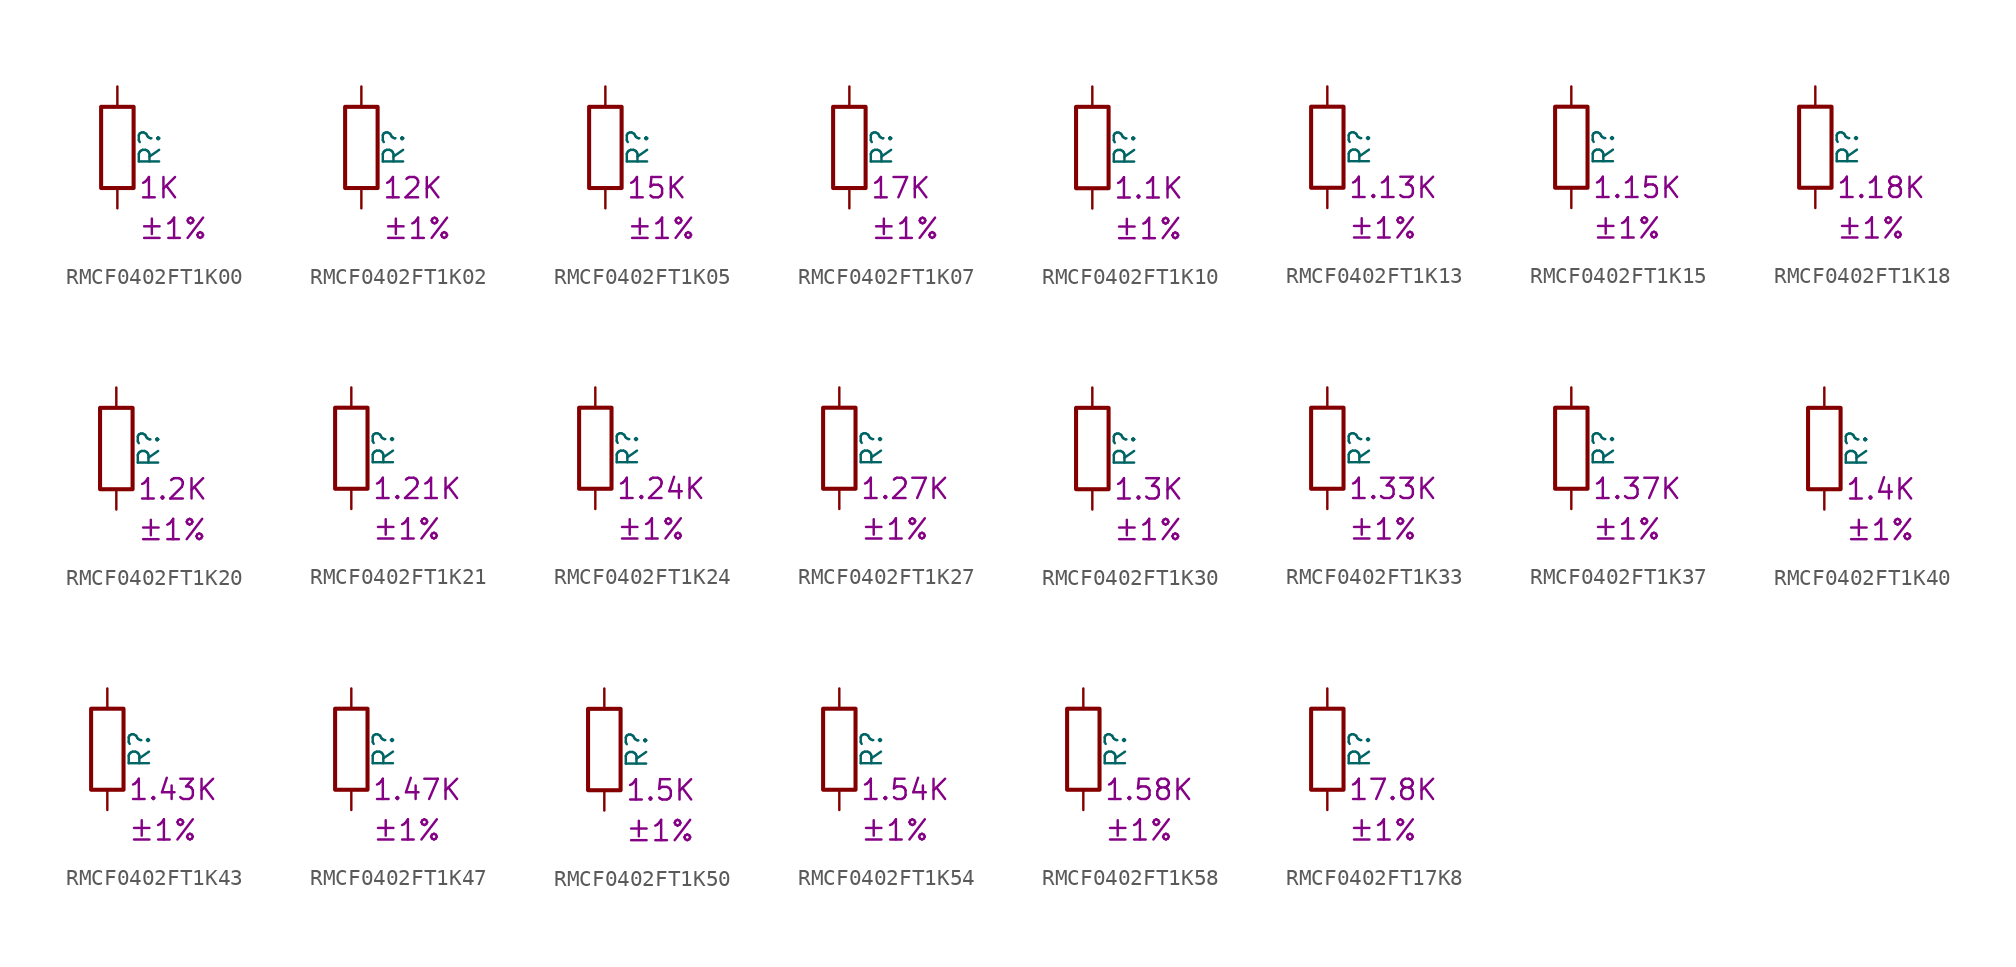
<source format=kicad_sym>
(kicad_symbol_lib
  (version 20220914)
  (generator kicad_symbol_editor)
  (symbol "RMCF0402FT1K00"
    (pin_numbers hide)
    (pin_names
      (offset 0))
    (property "Reference" "R"
      (at 2.032 0 90)
      (effects (font (size 1.27 1.27))))
    (property "Resistance" "1K"
      (at 1.27 -2.54 0)
      (effects (font (size 1.27 1.27)) (justify left)))
    (property "Tolerance" "±1%"
      (at 1.27 -5.08 0)
      (effects (font (size 1.27 1.27)) (justify left)))
    (symbol "RMCF0402FT1K00_0_1"
      (rectangle (start -1.016 -2.54) (end 1.016 2.54) (stroke (width 0.254) (type default)) (fill (type none))))
    (symbol "RMCF0402FT1K00_1_1"
      (pin passive line (at 0 3.81 270) (length 1.27) (name "~" (effects (font (size 1.27 1.27)))) (number "1" (effects (font (size 1.27 1.27)))))
      (pin passive line (at 0 -3.81 90) (length 1.27) (name "~" (effects (font (size 1.27 1.27)))) (number "2" (effects (font (size 1.27 1.27)))))))
  (symbol "RMCF0402FT1K02"
    (pin_numbers hide)
    (pin_names
      (offset 0))
    (property "Reference" "R"
      (at 2.032 0 90)
      (effects (font (size 1.27 1.27))))
    (property "Resistance" "12K"
      (at 1.27 -2.54 0)
      (effects (font (size 1.27 1.27)) (justify left)))
    (property "Tolerance" "±1%"
      (at 1.27 -5.08 0)
      (effects (font (size 1.27 1.27)) (justify left)))
    (symbol "RMCF0402FT1K02_0_1"
      (rectangle (start -1.016 -2.54) (end 1.016 2.54) (stroke (width 0.254) (type default)) (fill (type none))))
    (symbol "RMCF0402FT1K02_1_1"
      (pin passive line (at 0 3.81 270) (length 1.27) (name "~" (effects (font (size 1.27 1.27)))) (number "1" (effects (font (size 1.27 1.27)))))
      (pin passive line (at 0 -3.81 90) (length 1.27) (name "~" (effects (font (size 1.27 1.27)))) (number "2" (effects (font (size 1.27 1.27)))))))
  (symbol "RMCF0402FT1K05"
    (pin_numbers hide)
    (pin_names
      (offset 0))
    (property "Reference" "R"
      (at 2.032 0 90)
      (effects (font (size 1.27 1.27))))
    (property "Resistance" "15K"
      (at 1.27 -2.54 0)
      (effects (font (size 1.27 1.27)) (justify left)))
    (property "Tolerance" "±1%"
      (at 1.27 -5.08 0)
      (effects (font (size 1.27 1.27)) (justify left)))
    (symbol "RMCF0402FT1K05_0_1"
      (rectangle (start -1.016 -2.54) (end 1.016 2.54) (stroke (width 0.254) (type default)) (fill (type none))))
    (symbol "RMCF0402FT1K05_1_1"
      (pin passive line (at 0 3.81 270) (length 1.27) (name "~" (effects (font (size 1.27 1.27)))) (number "1" (effects (font (size 1.27 1.27)))))
      (pin passive line (at 0 -3.81 90) (length 1.27) (name "~" (effects (font (size 1.27 1.27)))) (number "2" (effects (font (size 1.27 1.27)))))))
  (symbol "RMCF0402FT1K07"
    (pin_numbers hide)
    (pin_names
      (offset 0))
    (property "Reference" "R"
      (at 2.032 0 90)
      (effects (font (size 1.27 1.27))))
    (property "Resistance" "17K"
      (at 1.27 -2.54 0)
      (effects (font (size 1.27 1.27)) (justify left)))
    (property "Tolerance" "±1%"
      (at 1.27 -5.08 0)
      (effects (font (size 1.27 1.27)) (justify left)))
    (symbol "RMCF0402FT1K07_0_1"
      (rectangle (start -1.016 -2.54) (end 1.016 2.54) (stroke (width 0.254) (type default)) (fill (type none))))
    (symbol "RMCF0402FT1K07_1_1"
      (pin passive line (at 0 3.81 270) (length 1.27) (name "~" (effects (font (size 1.27 1.27)))) (number "1" (effects (font (size 1.27 1.27)))))
      (pin passive line (at 0 -3.81 90) (length 1.27) (name "~" (effects (font (size 1.27 1.27)))) (number "2" (effects (font (size 1.27 1.27)))))))
  (symbol "RMCF0402FT1K10"
    (pin_numbers hide)
    (pin_names
      (offset 0))
    (property "Reference" "R"
      (at 2.032 0 90)
      (effects (font (size 1.27 1.27))))
    (property "Resistance" "1.1K"
      (at 1.27 -2.54 0)
      (effects (font (size 1.27 1.27)) (justify left)))
    (property "Tolerance" "±1%"
      (at 1.27 -5.08 0)
      (effects (font (size 1.27 1.27)) (justify left)))
    (symbol "RMCF0402FT1K10_0_1"
      (rectangle (start -1.016 -2.54) (end 1.016 2.54) (stroke (width 0.254) (type default)) (fill (type none))))
    (symbol "RMCF0402FT1K10_1_1"
      (pin passive line (at 0 3.81 270) (length 1.27) (name "~" (effects (font (size 1.27 1.27)))) (number "1" (effects (font (size 1.27 1.27)))))
      (pin passive line (at 0 -3.81 90) (length 1.27) (name "~" (effects (font (size 1.27 1.27)))) (number "2" (effects (font (size 1.27 1.27)))))))
  (symbol "RMCF0402FT1K13"
    (pin_numbers hide)
    (pin_names
      (offset 0))
    (property "Reference" "R"
      (at 2.032 0 90)
      (effects (font (size 1.27 1.27))))
    (property "Resistance" "1.13K"
      (at 1.27 -2.54 0)
      (effects (font (size 1.27 1.27)) (justify left)))
    (property "Tolerance" "±1%"
      (at 1.27 -5.08 0)
      (effects (font (size 1.27 1.27)) (justify left)))
    (symbol "RMCF0402FT1K13_0_1"
      (rectangle (start -1.016 -2.54) (end 1.016 2.54) (stroke (width 0.254) (type default)) (fill (type none))))
    (symbol "RMCF0402FT1K13_1_1"
      (pin passive line (at 0 3.81 270) (length 1.27) (name "~" (effects (font (size 1.27 1.27)))) (number "1" (effects (font (size 1.27 1.27)))))
      (pin passive line (at 0 -3.81 90) (length 1.27) (name "~" (effects (font (size 1.27 1.27)))) (number "2" (effects (font (size 1.27 1.27)))))))
  (symbol "RMCF0402FT1K15"
    (pin_numbers hide)
    (pin_names
      (offset 0))
    (property "Reference" "R"
      (at 2.032 0 90)
      (effects (font (size 1.27 1.27))))
    (property "Resistance" "1.15K"
      (at 1.27 -2.54 0)
      (effects (font (size 1.27 1.27)) (justify left)))
    (property "Tolerance" "±1%"
      (at 1.27 -5.08 0)
      (effects (font (size 1.27 1.27)) (justify left)))
    (symbol "RMCF0402FT1K15_0_1"
      (rectangle (start -1.016 -2.54) (end 1.016 2.54) (stroke (width 0.254) (type default)) (fill (type none))))
    (symbol "RMCF0402FT1K15_1_1"
      (pin passive line (at 0 3.81 270) (length 1.27) (name "~" (effects (font (size 1.27 1.27)))) (number "1" (effects (font (size 1.27 1.27)))))
      (pin passive line (at 0 -3.81 90) (length 1.27) (name "~" (effects (font (size 1.27 1.27)))) (number "2" (effects (font (size 1.27 1.27)))))))
  (symbol "RMCF0402FT1K18"
    (pin_numbers hide)
    (pin_names
      (offset 0))
    (property "Reference" "R"
      (at 2.032 0 90)
      (effects (font (size 1.27 1.27))))
    (property "Resistance" "1.18K"
      (at 1.27 -2.54 0)
      (effects (font (size 1.27 1.27)) (justify left)))
    (property "Tolerance" "±1%"
      (at 1.27 -5.08 0)
      (effects (font (size 1.27 1.27)) (justify left)))
    (symbol "RMCF0402FT1K18_0_1"
      (rectangle (start -1.016 -2.54) (end 1.016 2.54) (stroke (width 0.254) (type default)) (fill (type none))))
    (symbol "RMCF0402FT1K18_1_1"
      (pin passive line (at 0 3.81 270) (length 1.27) (name "~" (effects (font (size 1.27 1.27)))) (number "1" (effects (font (size 1.27 1.27)))))
      (pin passive line (at 0 -3.81 90) (length 1.27) (name "~" (effects (font (size 1.27 1.27)))) (number "2" (effects (font (size 1.27 1.27)))))))
  (symbol "RMCF0402FT1K20"
    (pin_numbers hide)
    (pin_names
      (offset 0))
    (property "Reference" "R"
      (at 2.032 0 90)
      (effects (font (size 1.27 1.27))))
    (property "Resistance" "1.2K"
      (at 1.27 -2.54 0)
      (effects (font (size 1.27 1.27)) (justify left)))
    (property "Tolerance" "±1%"
      (at 1.27 -5.08 0)
      (effects (font (size 1.27 1.27)) (justify left)))
    (symbol "RMCF0402FT1K20_0_1"
      (rectangle (start -1.016 -2.54) (end 1.016 2.54) (stroke (width 0.254) (type default)) (fill (type none))))
    (symbol "RMCF0402FT1K20_1_1"
      (pin passive line (at 0 3.81 270) (length 1.27) (name "~" (effects (font (size 1.27 1.27)))) (number "1" (effects (font (size 1.27 1.27)))))
      (pin passive line (at 0 -3.81 90) (length 1.27) (name "~" (effects (font (size 1.27 1.27)))) (number "2" (effects (font (size 1.27 1.27)))))))
  (symbol "RMCF0402FT1K21"
    (pin_numbers hide)
    (pin_names
      (offset 0))
    (property "Reference" "R"
      (at 2.032 0 90)
      (effects (font (size 1.27 1.27))))
    (property "Resistance" "1.21K"
      (at 1.27 -2.54 0)
      (effects (font (size 1.27 1.27)) (justify left)))
    (property "Tolerance" "±1%"
      (at 1.27 -5.08 0)
      (effects (font (size 1.27 1.27)) (justify left)))
    (symbol "RMCF0402FT1K21_0_1"
      (rectangle (start -1.016 -2.54) (end 1.016 2.54) (stroke (width 0.254) (type default)) (fill (type none))))
    (symbol "RMCF0402FT1K21_1_1"
      (pin passive line (at 0 3.81 270) (length 1.27) (name "~" (effects (font (size 1.27 1.27)))) (number "1" (effects (font (size 1.27 1.27)))))
      (pin passive line (at 0 -3.81 90) (length 1.27) (name "~" (effects (font (size 1.27 1.27)))) (number "2" (effects (font (size 1.27 1.27)))))))
  (symbol "RMCF0402FT1K24"
    (pin_numbers hide)
    (pin_names
      (offset 0))
    (property "Reference" "R"
      (at 2.032 0 90)
      (effects (font (size 1.27 1.27))))
    (property "Resistance" "1.24K"
      (at 1.27 -2.54 0)
      (effects (font (size 1.27 1.27)) (justify left)))
    (property "Tolerance" "±1%"
      (at 1.27 -5.08 0)
      (effects (font (size 1.27 1.27)) (justify left)))
    (symbol "RMCF0402FT1K24_0_1"
      (rectangle (start -1.016 -2.54) (end 1.016 2.54) (stroke (width 0.254) (type default)) (fill (type none))))
    (symbol "RMCF0402FT1K24_1_1"
      (pin passive line (at 0 3.81 270) (length 1.27) (name "~" (effects (font (size 1.27 1.27)))) (number "1" (effects (font (size 1.27 1.27)))))
      (pin passive line (at 0 -3.81 90) (length 1.27) (name "~" (effects (font (size 1.27 1.27)))) (number "2" (effects (font (size 1.27 1.27)))))))
  (symbol "RMCF0402FT1K27"
    (pin_numbers hide)
    (pin_names
      (offset 0))
    (property "Reference" "R"
      (at 2.032 0 90)
      (effects (font (size 1.27 1.27))))
    (property "Resistance" "1.27K"
      (at 1.27 -2.54 0)
      (effects (font (size 1.27 1.27)) (justify left)))
    (property "Tolerance" "±1%"
      (at 1.27 -5.08 0)
      (effects (font (size 1.27 1.27)) (justify left)))
    (symbol "RMCF0402FT1K27_0_1"
      (rectangle (start -1.016 -2.54) (end 1.016 2.54) (stroke (width 0.254) (type default)) (fill (type none))))
    (symbol "RMCF0402FT1K27_1_1"
      (pin passive line (at 0 3.81 270) (length 1.27) (name "~" (effects (font (size 1.27 1.27)))) (number "1" (effects (font (size 1.27 1.27)))))
      (pin passive line (at 0 -3.81 90) (length 1.27) (name "~" (effects (font (size 1.27 1.27)))) (number "2" (effects (font (size 1.27 1.27)))))))
  (symbol "RMCF0402FT1K30"
    (pin_numbers hide)
    (pin_names
      (offset 0))
    (property "Reference" "R"
      (at 2.032 0 90)
      (effects (font (size 1.27 1.27))))
    (property "Resistance" "1.3K"
      (at 1.27 -2.54 0)
      (effects (font (size 1.27 1.27)) (justify left)))
    (property "Tolerance" "±1%"
      (at 1.27 -5.08 0)
      (effects (font (size 1.27 1.27)) (justify left)))
    (symbol "RMCF0402FT1K30_0_1"
      (rectangle (start -1.016 -2.54) (end 1.016 2.54) (stroke (width 0.254) (type default)) (fill (type none))))
    (symbol "RMCF0402FT1K30_1_1"
      (pin passive line (at 0 3.81 270) (length 1.27) (name "~" (effects (font (size 1.27 1.27)))) (number "1" (effects (font (size 1.27 1.27)))))
      (pin passive line (at 0 -3.81 90) (length 1.27) (name "~" (effects (font (size 1.27 1.27)))) (number "2" (effects (font (size 1.27 1.27)))))))
  (symbol "RMCF0402FT1K33"
    (pin_numbers hide)
    (pin_names
      (offset 0))
    (property "Reference" "R"
      (at 2.032 0 90)
      (effects (font (size 1.27 1.27))))
    (property "Resistance" "1.33K"
      (at 1.27 -2.54 0)
      (effects (font (size 1.27 1.27)) (justify left)))
    (property "Tolerance" "±1%"
      (at 1.27 -5.08 0)
      (effects (font (size 1.27 1.27)) (justify left)))
    (symbol "RMCF0402FT1K33_0_1"
      (rectangle (start -1.016 -2.54) (end 1.016 2.54) (stroke (width 0.254) (type default)) (fill (type none))))
    (symbol "RMCF0402FT1K33_1_1"
      (pin passive line (at 0 3.81 270) (length 1.27) (name "~" (effects (font (size 1.27 1.27)))) (number "1" (effects (font (size 1.27 1.27)))))
      (pin passive line (at 0 -3.81 90) (length 1.27) (name "~" (effects (font (size 1.27 1.27)))) (number "2" (effects (font (size 1.27 1.27)))))))
  (symbol "RMCF0402FT1K37"
    (pin_numbers hide)
    (pin_names
      (offset 0))
    (property "Reference" "R"
      (at 2.032 0 90)
      (effects (font (size 1.27 1.27))))
    (property "Resistance" "1.37K"
      (at 1.27 -2.54 0)
      (effects (font (size 1.27 1.27)) (justify left)))
    (property "Tolerance" "±1%"
      (at 1.27 -5.08 0)
      (effects (font (size 1.27 1.27)) (justify left)))
    (symbol "RMCF0402FT1K37_0_1"
      (rectangle (start -1.016 -2.54) (end 1.016 2.54) (stroke (width 0.254) (type default)) (fill (type none))))
    (symbol "RMCF0402FT1K37_1_1"
      (pin passive line (at 0 3.81 270) (length 1.27) (name "~" (effects (font (size 1.27 1.27)))) (number "1" (effects (font (size 1.27 1.27)))))
      (pin passive line (at 0 -3.81 90) (length 1.27) (name "~" (effects (font (size 1.27 1.27)))) (number "2" (effects (font (size 1.27 1.27)))))))
  (symbol "RMCF0402FT1K40"
    (pin_numbers hide)
    (pin_names
      (offset 0))
    (property "Reference" "R"
      (at 2.032 0 90)
      (effects (font (size 1.27 1.27))))
    (property "Resistance" "1.4K"
      (at 1.27 -2.54 0)
      (effects (font (size 1.27 1.27)) (justify left)))
    (property "Tolerance" "±1%"
      (at 1.27 -5.08 0)
      (effects (font (size 1.27 1.27)) (justify left)))
    (symbol "RMCF0402FT1K40_0_1"
      (rectangle (start -1.016 -2.54) (end 1.016 2.54) (stroke (width 0.254) (type default)) (fill (type none))))
    (symbol "RMCF0402FT1K40_1_1"
      (pin passive line (at 0 3.81 270) (length 1.27) (name "~" (effects (font (size 1.27 1.27)))) (number "1" (effects (font (size 1.27 1.27)))))
      (pin passive line (at 0 -3.81 90) (length 1.27) (name "~" (effects (font (size 1.27 1.27)))) (number "2" (effects (font (size 1.27 1.27)))))))
  (symbol "RMCF0402FT1K43"
    (pin_numbers hide)
    (pin_names
      (offset 0))
    (property "Reference" "R"
      (at 2.032 0 90)
      (effects (font (size 1.27 1.27))))
    (property "Resistance" "1.43K"
      (at 1.27 -2.54 0)
      (effects (font (size 1.27 1.27)) (justify left)))
    (property "Tolerance" "±1%"
      (at 1.27 -5.08 0)
      (effects (font (size 1.27 1.27)) (justify left)))
    (symbol "RMCF0402FT1K43_0_1"
      (rectangle (start -1.016 -2.54) (end 1.016 2.54) (stroke (width 0.254) (type default)) (fill (type none))))
    (symbol "RMCF0402FT1K43_1_1"
      (pin passive line (at 0 3.81 270) (length 1.27) (name "~" (effects (font (size 1.27 1.27)))) (number "1" (effects (font (size 1.27 1.27)))))
      (pin passive line (at 0 -3.81 90) (length 1.27) (name "~" (effects (font (size 1.27 1.27)))) (number "2" (effects (font (size 1.27 1.27)))))))
  (symbol "RMCF0402FT1K47"
    (pin_numbers hide)
    (pin_names
      (offset 0))
    (property "Reference" "R"
      (at 2.032 0 90)
      (effects (font (size 1.27 1.27))))
    (property "Resistance" "1.47K"
      (at 1.27 -2.54 0)
      (effects (font (size 1.27 1.27)) (justify left)))
    (property "Tolerance" "±1%"
      (at 1.27 -5.08 0)
      (effects (font (size 1.27 1.27)) (justify left)))
    (symbol "RMCF0402FT1K47_0_1"
      (rectangle (start -1.016 -2.54) (end 1.016 2.54) (stroke (width 0.254) (type default)) (fill (type none))))
    (symbol "RMCF0402FT1K47_1_1"
      (pin passive line (at 0 3.81 270) (length 1.27) (name "~" (effects (font (size 1.27 1.27)))) (number "1" (effects (font (size 1.27 1.27)))))
      (pin passive line (at 0 -3.81 90) (length 1.27) (name "~" (effects (font (size 1.27 1.27)))) (number "2" (effects (font (size 1.27 1.27)))))))
  (symbol "RMCF0402FT1K50"
    (pin_numbers hide)
    (pin_names
      (offset 0))
    (property "Reference" "R"
      (at 2.032 0 90)
      (effects (font (size 1.27 1.27))))
    (property "Resistance" "1.5K"
      (at 1.27 -2.54 0)
      (effects (font (size 1.27 1.27)) (justify left)))
    (property "Tolerance" "±1%"
      (at 1.27 -5.08 0)
      (effects (font (size 1.27 1.27)) (justify left)))
    (symbol "RMCF0402FT1K50_0_1"
      (rectangle (start -1.016 -2.54) (end 1.016 2.54) (stroke (width 0.254) (type default)) (fill (type none))))
    (symbol "RMCF0402FT1K50_1_1"
      (pin passive line (at 0 3.81 270) (length 1.27) (name "~" (effects (font (size 1.27 1.27)))) (number "1" (effects (font (size 1.27 1.27)))))
      (pin passive line (at 0 -3.81 90) (length 1.27) (name "~" (effects (font (size 1.27 1.27)))) (number "2" (effects (font (size 1.27 1.27)))))))
  (symbol "RMCF0402FT1K54"
    (pin_numbers hide)
    (pin_names
      (offset 0))
    (property "Reference" "R"
      (at 2.032 0 90)
      (effects (font (size 1.27 1.27))))
    (property "Resistance" "1.54K"
      (at 1.27 -2.54 0)
      (effects (font (size 1.27 1.27)) (justify left)))
    (property "Tolerance" "±1%"
      (at 1.27 -5.08 0)
      (effects (font (size 1.27 1.27)) (justify left)))
    (symbol "RMCF0402FT1K54_0_1"
      (rectangle (start -1.016 -2.54) (end 1.016 2.54) (stroke (width 0.254) (type default)) (fill (type none))))
    (symbol "RMCF0402FT1K54_1_1"
      (pin passive line (at 0 3.81 270) (length 1.27) (name "~" (effects (font (size 1.27 1.27)))) (number "1" (effects (font (size 1.27 1.27)))))
      (pin passive line (at 0 -3.81 90) (length 1.27) (name "~" (effects (font (size 1.27 1.27)))) (number "2" (effects (font (size 1.27 1.27)))))))
  (symbol "RMCF0402FT1K58"
    (pin_numbers hide)
    (pin_names
      (offset 0))
    (property "Reference" "R"
      (at 2.032 0 90)
      (effects (font (size 1.27 1.27))))
    (property "Resistance" "1.58K"
      (at 1.27 -2.54 0)
      (effects (font (size 1.27 1.27)) (justify left)))
    (property "Tolerance" "±1%"
      (at 1.27 -5.08 0)
      (effects (font (size 1.27 1.27)) (justify left)))
    (symbol "RMCF0402FT1K58_0_1"
      (rectangle (start -1.016 -2.54) (end 1.016 2.54) (stroke (width 0.254) (type default)) (fill (type none))))
    (symbol "RMCF0402FT1K58_1_1"
      (pin passive line (at 0 3.81 270) (length 1.27) (name "~" (effects (font (size 1.27 1.27)))) (number "1" (effects (font (size 1.27 1.27)))))
      (pin passive line (at 0 -3.81 90) (length 1.27) (name "~" (effects (font (size 1.27 1.27)))) (number "2" (effects (font (size 1.27 1.27)))))))
  (symbol "RMCF0402FT17K8"
    (pin_numbers hide)
    (pin_names
      (offset 0))
    (property "Reference" "R"
      (at 2.032 0 90)
      (effects (font (size 1.27 1.27))))
    (property "Resistance" "17.8K"
      (at 1.27 -2.54 0)
      (effects (font (size 1.27 1.27)) (justify left)))
    (property "Tolerance" "±1%"
      (at 1.27 -5.08 0)
      (effects (font (size 1.27 1.27)) (justify left)))
    (symbol "RMCF0402FT17K8_0_1"
      (rectangle (start -1.016 -2.54) (end 1.016 2.54) (stroke (width 0.254) (type default)) (fill (type none))))
    (symbol "RMCF0402FT17K8_1_1"
      (pin passive line (at 0 3.81 270) (length 1.27) (name "~" (effects (font (size 1.27 1.27)))) (number "1" (effects (font (size 1.27 1.27)))))
      (pin passive line (at 0 -3.81 90) (length 1.27) (name "~" (effects (font (size 1.27 1.27)))) (number "2" (effects (font (size 1.27 1.27))))))))
</source>
